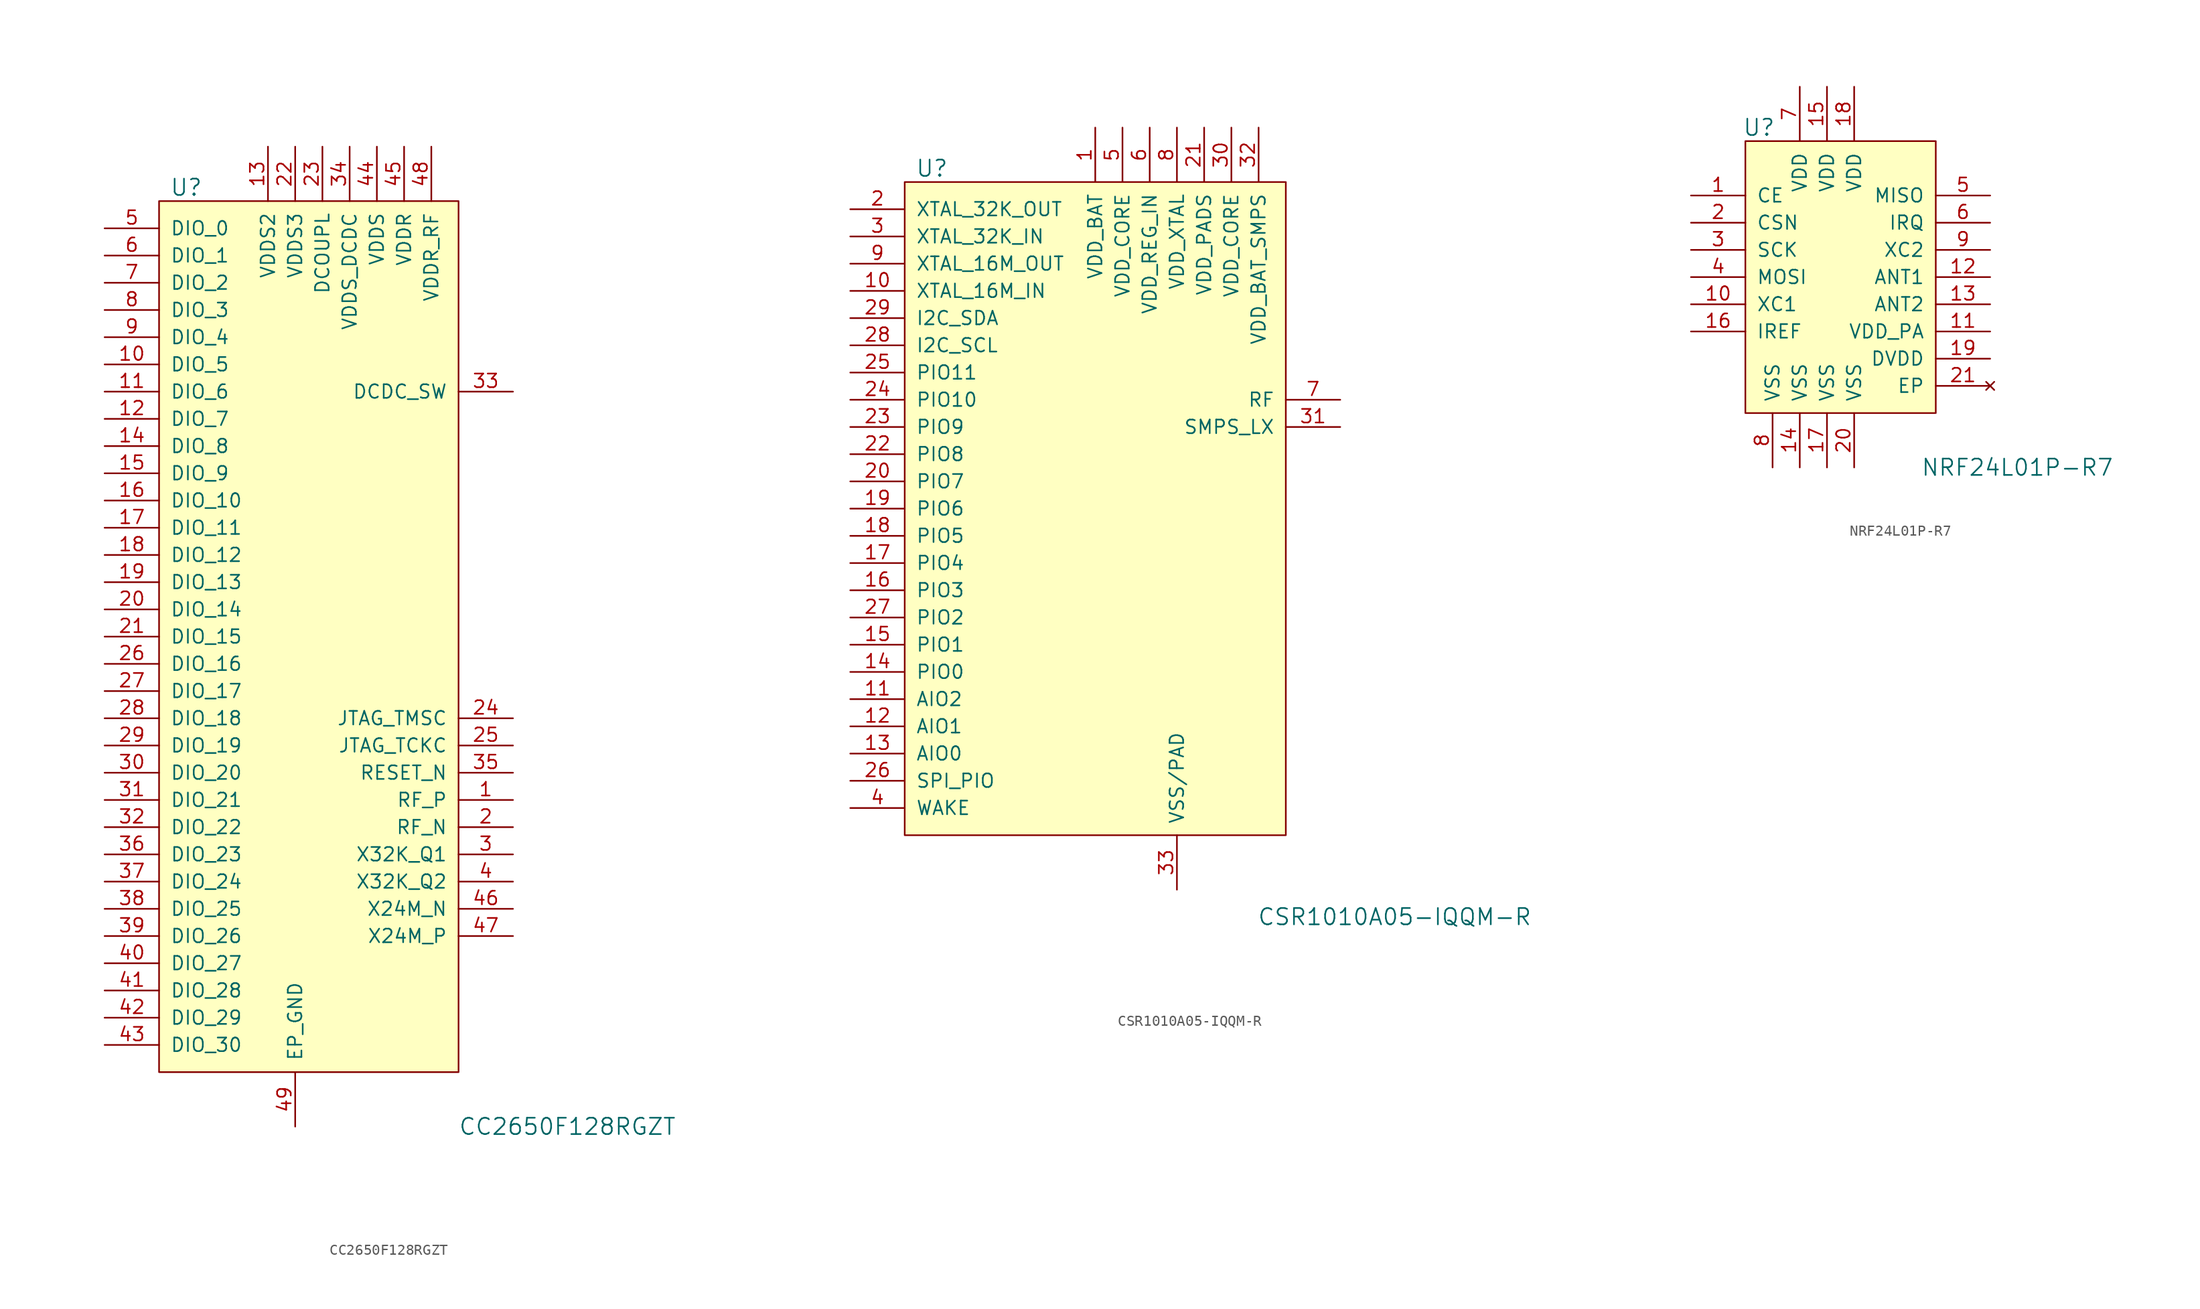
<source format=kicad_sym>
(kicad_symbol_lib
  (version 20231120)
  (generator "kicad_symbol_editor")
  (generator_version "8.0")
  (symbol "CC2650F128RGZT"
    (pin_names
      (offset 1.016))
    (property "Reference" "U"
      (at -10.16 39.37 0)
      (effects (font (size 1.524 1.524))))
    (property "Value" "CC2650F128RGZT"
      (at 25.4 -48.26 0)
      (effects (font (size 1.524 1.524))))
    (symbol "CC2650F128RGZT_0_1"
      (rectangle (start -12.7 38.1) (end 15.24 -43.18) (stroke (width 0) (type solid)) (fill (type background))))
    (symbol "CC2650F128RGZT_1_1"
      (pin bidirectional line (at 20.32 -17.78 180) (length 5.08) (name "RF_P" (effects (font (size 1.27 1.27)))) (number "1" (effects (font (size 1.27 1.27)))))
      (pin bidirectional line (at -17.78 22.86 0) (length 5.08) (name "DIO_5" (effects (font (size 1.27 1.27)))) (number "10" (effects (font (size 1.27 1.27)))))
      (pin bidirectional line (at -17.78 20.32 0) (length 5.08) (name "DIO_6" (effects (font (size 1.27 1.27)))) (number "11" (effects (font (size 1.27 1.27)))))
      (pin bidirectional line (at -17.78 17.78 0) (length 5.08) (name "DIO_7" (effects (font (size 1.27 1.27)))) (number "12" (effects (font (size 1.27 1.27)))))
      (pin power_in line (at -2.54 43.18 270) (length 5.08) (name "VDDS2" (effects (font (size 1.27 1.27)))) (number "13" (effects (font (size 1.27 1.27)))))
      (pin bidirectional line (at -17.78 15.24 0) (length 5.08) (name "DIO_8" (effects (font (size 1.27 1.27)))) (number "14" (effects (font (size 1.27 1.27)))))
      (pin bidirectional line (at -17.78 12.7 0) (length 5.08) (name "DIO_9" (effects (font (size 1.27 1.27)))) (number "15" (effects (font (size 1.27 1.27)))))
      (pin bidirectional line (at -17.78 10.16 0) (length 5.08) (name "DIO_10" (effects (font (size 1.27 1.27)))) (number "16" (effects (font (size 1.27 1.27)))))
      (pin bidirectional line (at -17.78 7.62 0) (length 5.08) (name "DIO_11" (effects (font (size 1.27 1.27)))) (number "17" (effects (font (size 1.27 1.27)))))
      (pin bidirectional line (at -17.78 5.08 0) (length 5.08) (name "DIO_12" (effects (font (size 1.27 1.27)))) (number "18" (effects (font (size 1.27 1.27)))))
      (pin bidirectional line (at -17.78 2.54 0) (length 5.08) (name "DIO_13" (effects (font (size 1.27 1.27)))) (number "19" (effects (font (size 1.27 1.27)))))
      (pin bidirectional line (at 20.32 -20.32 180) (length 5.08) (name "RF_N" (effects (font (size 1.27 1.27)))) (number "2" (effects (font (size 1.27 1.27)))))
      (pin bidirectional line (at -17.78 0 0) (length 5.08) (name "DIO_14" (effects (font (size 1.27 1.27)))) (number "20" (effects (font (size 1.27 1.27)))))
      (pin bidirectional line (at -17.78 -2.54 0) (length 5.08) (name "DIO_15" (effects (font (size 1.27 1.27)))) (number "21" (effects (font (size 1.27 1.27)))))
      (pin power_in line (at 0 43.18 270) (length 5.08) (name "VDDS3" (effects (font (size 1.27 1.27)))) (number "22" (effects (font (size 1.27 1.27)))))
      (pin power_in line (at 2.54 43.18 270) (length 5.08) (name "DCOUPL" (effects (font (size 1.27 1.27)))) (number "23" (effects (font (size 1.27 1.27)))))
      (pin bidirectional line (at 20.32 -10.16 180) (length 5.08) (name "JTAG_TMSC" (effects (font (size 1.27 1.27)))) (number "24" (effects (font (size 1.27 1.27)))))
      (pin bidirectional line (at 20.32 -12.7 180) (length 5.08) (name "JTAG_TCKC" (effects (font (size 1.27 1.27)))) (number "25" (effects (font (size 1.27 1.27)))))
      (pin bidirectional line (at -17.78 -5.08 0) (length 5.08) (name "DIO_16" (effects (font (size 1.27 1.27)))) (number "26" (effects (font (size 1.27 1.27)))))
      (pin bidirectional line (at -17.78 -7.62 0) (length 5.08) (name "DIO_17" (effects (font (size 1.27 1.27)))) (number "27" (effects (font (size 1.27 1.27)))))
      (pin bidirectional line (at -17.78 -10.16 0) (length 5.08) (name "DIO_18" (effects (font (size 1.27 1.27)))) (number "28" (effects (font (size 1.27 1.27)))))
      (pin bidirectional line (at -17.78 -12.7 0) (length 5.08) (name "DIO_19" (effects (font (size 1.27 1.27)))) (number "29" (effects (font (size 1.27 1.27)))))
      (pin bidirectional line (at 20.32 -22.86 180) (length 5.08) (name "X32K_Q1" (effects (font (size 1.27 1.27)))) (number "3" (effects (font (size 1.27 1.27)))))
      (pin bidirectional line (at -17.78 -15.24 0) (length 5.08) (name "DIO_20" (effects (font (size 1.27 1.27)))) (number "30" (effects (font (size 1.27 1.27)))))
      (pin bidirectional line (at -17.78 -17.78 0) (length 5.08) (name "DIO_21" (effects (font (size 1.27 1.27)))) (number "31" (effects (font (size 1.27 1.27)))))
      (pin bidirectional line (at -17.78 -20.32 0) (length 5.08) (name "DIO_22" (effects (font (size 1.27 1.27)))) (number "32" (effects (font (size 1.27 1.27)))))
      (pin power_out line (at 20.32 20.32 180) (length 5.08) (name "DCDC_SW" (effects (font (size 1.27 1.27)))) (number "33" (effects (font (size 1.27 1.27)))))
      (pin power_in line (at 5.08 43.18 270) (length 5.08) (name "VDDS_DCDC" (effects (font (size 1.27 1.27)))) (number "34" (effects (font (size 1.27 1.27)))))
      (pin bidirectional line (at 20.32 -15.24 180) (length 5.08) (name "RESET_N" (effects (font (size 1.27 1.27)))) (number "35" (effects (font (size 1.27 1.27)))))
      (pin bidirectional line (at -17.78 -22.86 0) (length 5.08) (name "DIO_23" (effects (font (size 1.27 1.27)))) (number "36" (effects (font (size 1.27 1.27)))))
      (pin bidirectional line (at -17.78 -25.4 0) (length 5.08) (name "DIO_24" (effects (font (size 1.27 1.27)))) (number "37" (effects (font (size 1.27 1.27)))))
      (pin bidirectional line (at -17.78 -27.94 0) (length 5.08) (name "DIO_25" (effects (font (size 1.27 1.27)))) (number "38" (effects (font (size 1.27 1.27)))))
      (pin bidirectional line (at -17.78 -30.48 0) (length 5.08) (name "DIO_26" (effects (font (size 1.27 1.27)))) (number "39" (effects (font (size 1.27 1.27)))))
      (pin bidirectional line (at 20.32 -25.4 180) (length 5.08) (name "X32K_Q2" (effects (font (size 1.27 1.27)))) (number "4" (effects (font (size 1.27 1.27)))))
      (pin bidirectional line (at -17.78 -33.02 0) (length 5.08) (name "DIO_27" (effects (font (size 1.27 1.27)))) (number "40" (effects (font (size 1.27 1.27)))))
      (pin bidirectional line (at -17.78 -35.56 0) (length 5.08) (name "DIO_28" (effects (font (size 1.27 1.27)))) (number "41" (effects (font (size 1.27 1.27)))))
      (pin bidirectional line (at -17.78 -38.1 0) (length 5.08) (name "DIO_29" (effects (font (size 1.27 1.27)))) (number "42" (effects (font (size 1.27 1.27)))))
      (pin bidirectional line (at -17.78 -40.64 0) (length 5.08) (name "DIO_30" (effects (font (size 1.27 1.27)))) (number "43" (effects (font (size 1.27 1.27)))))
      (pin power_in line (at 7.62 43.18 270) (length 5.08) (name "VDDS" (effects (font (size 1.27 1.27)))) (number "44" (effects (font (size 1.27 1.27)))))
      (pin power_in line (at 10.16 43.18 270) (length 5.08) (name "VDDR" (effects (font (size 1.27 1.27)))) (number "45" (effects (font (size 1.27 1.27)))))
      (pin bidirectional line (at 20.32 -27.94 180) (length 5.08) (name "X24M_N" (effects (font (size 1.27 1.27)))) (number "46" (effects (font (size 1.27 1.27)))))
      (pin bidirectional line (at 20.32 -30.48 180) (length 5.08) (name "X24M_P" (effects (font (size 1.27 1.27)))) (number "47" (effects (font (size 1.27 1.27)))))
      (pin power_in line (at 12.7 43.18 270) (length 5.08) (name "VDDR_RF" (effects (font (size 1.27 1.27)))) (number "48" (effects (font (size 1.27 1.27)))))
      (pin power_in line (at 0 -48.26 90) (length 5.08) (name "EP_GND" (effects (font (size 1.27 1.27)))) (number "49" (effects (font (size 1.27 1.27)))))
      (pin bidirectional line (at -17.78 35.56 0) (length 5.08) (name "DIO_0" (effects (font (size 1.27 1.27)))) (number "5" (effects (font (size 1.27 1.27)))))
      (pin bidirectional line (at -17.78 33.02 0) (length 5.08) (name "DIO_1" (effects (font (size 1.27 1.27)))) (number "6" (effects (font (size 1.27 1.27)))))
      (pin bidirectional line (at -17.78 30.48 0) (length 5.08) (name "DIO_2" (effects (font (size 1.27 1.27)))) (number "7" (effects (font (size 1.27 1.27)))))
      (pin bidirectional line (at -17.78 27.94 0) (length 5.08) (name "DIO_3" (effects (font (size 1.27 1.27)))) (number "8" (effects (font (size 1.27 1.27)))))
      (pin bidirectional line (at -17.78 25.4 0) (length 5.08) (name "DIO_4" (effects (font (size 1.27 1.27)))) (number "9" (effects (font (size 1.27 1.27)))))))
  (symbol "CSR1010A05-IQQM-R"
    (pin_names
      (offset 1.016))
    (property "Reference" "U"
      (at -15.24 31.75 0)
      (effects (font (size 1.524 1.524))))
    (property "Value" "CSR1010A05-IQQM-R"
      (at 27.94 -38.1 0)
      (effects (font (size 1.524 1.524))))
    (symbol "CSR1010A05-IQQM-R_0_1"
      (rectangle (start -17.78 30.48) (end 17.78 -30.48) (stroke (width 0) (type solid)) (fill (type background))))
    (symbol "CSR1010A05-IQQM-R_1_1"
      (pin power_in line (at 0 35.56 270) (length 5.08) (name "VDD_BAT" (effects (font (size 1.27 1.27)))) (number "1" (effects (font (size 1.27 1.27)))))
      (pin input line (at -22.86 20.32 0) (length 5.08) (name "XTAL_16M_IN" (effects (font (size 1.27 1.27)))) (number "10" (effects (font (size 1.27 1.27)))))
      (pin bidirectional line (at -22.86 -17.78 0) (length 5.08) (name "AIO2" (effects (font (size 1.27 1.27)))) (number "11" (effects (font (size 1.27 1.27)))))
      (pin bidirectional line (at -22.86 -20.32 0) (length 5.08) (name "AIO1" (effects (font (size 1.27 1.27)))) (number "12" (effects (font (size 1.27 1.27)))))
      (pin bidirectional line (at -22.86 -22.86 0) (length 5.08) (name "AIO0" (effects (font (size 1.27 1.27)))) (number "13" (effects (font (size 1.27 1.27)))))
      (pin bidirectional line (at -22.86 -15.24 0) (length 5.08) (name "PIO0" (effects (font (size 1.27 1.27)))) (number "14" (effects (font (size 1.27 1.27)))))
      (pin bidirectional line (at -22.86 -12.7 0) (length 5.08) (name "PIO1" (effects (font (size 1.27 1.27)))) (number "15" (effects (font (size 1.27 1.27)))))
      (pin bidirectional line (at -22.86 -7.62 0) (length 5.08) (name "PIO3" (effects (font (size 1.27 1.27)))) (number "16" (effects (font (size 1.27 1.27)))))
      (pin bidirectional line (at -22.86 -5.08 0) (length 5.08) (name "PIO4" (effects (font (size 1.27 1.27)))) (number "17" (effects (font (size 1.27 1.27)))))
      (pin bidirectional line (at -22.86 -2.54 0) (length 5.08) (name "PIO5" (effects (font (size 1.27 1.27)))) (number "18" (effects (font (size 1.27 1.27)))))
      (pin bidirectional line (at -22.86 0 0) (length 5.08) (name "PIO6" (effects (font (size 1.27 1.27)))) (number "19" (effects (font (size 1.27 1.27)))))
      (pin input line (at -22.86 27.94 0) (length 5.08) (name "XTAL_32K_OUT" (effects (font (size 1.27 1.27)))) (number "2" (effects (font (size 1.27 1.27)))))
      (pin bidirectional line (at -22.86 2.54 0) (length 5.08) (name "PIO7" (effects (font (size 1.27 1.27)))) (number "20" (effects (font (size 1.27 1.27)))))
      (pin power_in line (at 10.16 35.56 270) (length 5.08) (name "VDD_PADS" (effects (font (size 1.27 1.27)))) (number "21" (effects (font (size 1.27 1.27)))))
      (pin bidirectional line (at -22.86 5.08 0) (length 5.08) (name "PIO8" (effects (font (size 1.27 1.27)))) (number "22" (effects (font (size 1.27 1.27)))))
      (pin bidirectional line (at -22.86 7.62 0) (length 5.08) (name "PIO9" (effects (font (size 1.27 1.27)))) (number "23" (effects (font (size 1.27 1.27)))))
      (pin bidirectional line (at -22.86 10.16 0) (length 5.08) (name "PIO10" (effects (font (size 1.27 1.27)))) (number "24" (effects (font (size 1.27 1.27)))))
      (pin bidirectional line (at -22.86 12.7 0) (length 5.08) (name "PIO11" (effects (font (size 1.27 1.27)))) (number "25" (effects (font (size 1.27 1.27)))))
      (pin bidirectional line (at -22.86 -25.4 0) (length 5.08) (name "SPI_PIO" (effects (font (size 1.27 1.27)))) (number "26" (effects (font (size 1.27 1.27)))))
      (pin bidirectional line (at -22.86 -10.16 0) (length 5.08) (name "PIO2" (effects (font (size 1.27 1.27)))) (number "27" (effects (font (size 1.27 1.27)))))
      (pin bidirectional line (at -22.86 15.24 0) (length 5.08) (name "I2C_SCL" (effects (font (size 1.27 1.27)))) (number "28" (effects (font (size 1.27 1.27)))))
      (pin bidirectional line (at -22.86 17.78 0) (length 5.08) (name "I2C_SDA" (effects (font (size 1.27 1.27)))) (number "29" (effects (font (size 1.27 1.27)))))
      (pin input line (at -22.86 25.4 0) (length 5.08) (name "XTAL_32K_IN" (effects (font (size 1.27 1.27)))) (number "3" (effects (font (size 1.27 1.27)))))
      (pin power_in line (at 12.7 35.56 270) (length 5.08) (name "VDD_CORE" (effects (font (size 1.27 1.27)))) (number "30" (effects (font (size 1.27 1.27)))))
      (pin output line (at 22.86 7.62 180) (length 5.08) (name "SMPS_LX" (effects (font (size 1.27 1.27)))) (number "31" (effects (font (size 1.27 1.27)))))
      (pin power_in line (at 15.24 35.56 270) (length 5.08) (name "VDD_BAT_SMPS" (effects (font (size 1.27 1.27)))) (number "32" (effects (font (size 1.27 1.27)))))
      (pin power_in line (at 7.62 -35.56 90) (length 5.08) (name "VSS/PAD" (effects (font (size 1.27 1.27)))) (number "33" (effects (font (size 1.27 1.27)))))
      (pin input line (at -22.86 -27.94 0) (length 5.08) (name "WAKE" (effects (font (size 1.27 1.27)))) (number "4" (effects (font (size 1.27 1.27)))))
      (pin power_in line (at 2.54 35.56 270) (length 5.08) (name "VDD_CORE" (effects (font (size 1.27 1.27)))) (number "5" (effects (font (size 1.27 1.27)))))
      (pin power_in line (at 5.08 35.56 270) (length 5.08) (name "VDD_REG_IN" (effects (font (size 1.27 1.27)))) (number "6" (effects (font (size 1.27 1.27)))))
      (pin output line (at 22.86 10.16 180) (length 5.08) (name "RF" (effects (font (size 1.27 1.27)))) (number "7" (effects (font (size 1.27 1.27)))))
      (pin power_in line (at 7.62 35.56 270) (length 5.08) (name "VDD_XTAL" (effects (font (size 1.27 1.27)))) (number "8" (effects (font (size 1.27 1.27)))))
      (pin input line (at -22.86 22.86 0) (length 5.08) (name "XTAL_16M_OUT" (effects (font (size 1.27 1.27)))) (number "9" (effects (font (size 1.27 1.27)))))))
  (symbol "NRF24L01P-R7"
    (pin_names
      (offset 1.016))
    (property "Reference" "U"
      (at -8.89 11.43 0)
      (effects (font (size 1.524 1.524))))
    (property "Value" "NRF24L01P-R7"
      (at 15.24 -20.32 0)
      (effects (font (size 1.524 1.524))))
    (symbol "NRF24L01P-R7_0_1"
      (rectangle (start -10.16 10.16) (end 7.62 -15.24) (stroke (width 0) (type solid)) (fill (type background))))
    (symbol "NRF24L01P-R7_1_1"
      (pin input line (at -15.24 5.08 0) (length 5.08) (name "CE" (effects (font (size 1.27 1.27)))) (number "1" (effects (font (size 1.27 1.27)))))
      (pin input line (at -15.24 -5.08 0) (length 5.08) (name "XC1" (effects (font (size 1.27 1.27)))) (number "10" (effects (font (size 1.27 1.27)))))
      (pin power_out line (at 12.7 -7.62 180) (length 5.08) (name "VDD_PA" (effects (font (size 1.27 1.27)))) (number "11" (effects (font (size 1.27 1.27)))))
      (pin output line (at 12.7 -2.54 180) (length 5.08) (name "ANT1" (effects (font (size 1.27 1.27)))) (number "12" (effects (font (size 1.27 1.27)))))
      (pin output line (at 12.7 -5.08 180) (length 5.08) (name "ANT2" (effects (font (size 1.27 1.27)))) (number "13" (effects (font (size 1.27 1.27)))))
      (pin power_in line (at -5.08 -20.32 90) (length 5.08) (name "VSS" (effects (font (size 1.27 1.27)))) (number "14" (effects (font (size 1.27 1.27)))))
      (pin power_in line (at -2.54 15.24 270) (length 5.08) (name "VDD" (effects (font (size 1.27 1.27)))) (number "15" (effects (font (size 1.27 1.27)))))
      (pin input line (at -15.24 -7.62 0) (length 5.08) (name "IREF" (effects (font (size 1.27 1.27)))) (number "16" (effects (font (size 1.27 1.27)))))
      (pin power_in line (at -2.54 -20.32 90) (length 5.08) (name "VSS" (effects (font (size 1.27 1.27)))) (number "17" (effects (font (size 1.27 1.27)))))
      (pin power_in line (at 0 15.24 270) (length 5.08) (name "VDD" (effects (font (size 1.27 1.27)))) (number "18" (effects (font (size 1.27 1.27)))))
      (pin power_out line (at 12.7 -10.16 180) (length 5.08) (name "DVDD" (effects (font (size 1.27 1.27)))) (number "19" (effects (font (size 1.27 1.27)))))
      (pin input line (at -15.24 2.54 0) (length 5.08) (name "CSN" (effects (font (size 1.27 1.27)))) (number "2" (effects (font (size 1.27 1.27)))))
      (pin power_in line (at 0 -20.32 90) (length 5.08) (name "VSS" (effects (font (size 1.27 1.27)))) (number "20" (effects (font (size 1.27 1.27)))))
      (pin no_connect line (at 12.7 -12.7 180) (length 5.08) (name "EP" (effects (font (size 1.27 1.27)))) (number "21" (effects (font (size 1.27 1.27)))))
      (pin input line (at -15.24 0 0) (length 5.08) (name "SCK" (effects (font (size 1.27 1.27)))) (number "3" (effects (font (size 1.27 1.27)))))
      (pin input line (at -15.24 -2.54 0) (length 5.08) (name "MOSI" (effects (font (size 1.27 1.27)))) (number "4" (effects (font (size 1.27 1.27)))))
      (pin output line (at 12.7 5.08 180) (length 5.08) (name "MISO" (effects (font (size 1.27 1.27)))) (number "5" (effects (font (size 1.27 1.27)))))
      (pin output line (at 12.7 2.54 180) (length 5.08) (name "IRQ" (effects (font (size 1.27 1.27)))) (number "6" (effects (font (size 1.27 1.27)))))
      (pin power_in line (at -5.08 15.24 270) (length 5.08) (name "VDD" (effects (font (size 1.27 1.27)))) (number "7" (effects (font (size 1.27 1.27)))))
      (pin power_in line (at -7.62 -20.32 90) (length 5.08) (name "VSS" (effects (font (size 1.27 1.27)))) (number "8" (effects (font (size 1.27 1.27)))))
      (pin output line (at 12.7 0 180) (length 5.08) (name "XC2" (effects (font (size 1.27 1.27)))) (number "9" (effects (font (size 1.27 1.27))))))))
</source>
